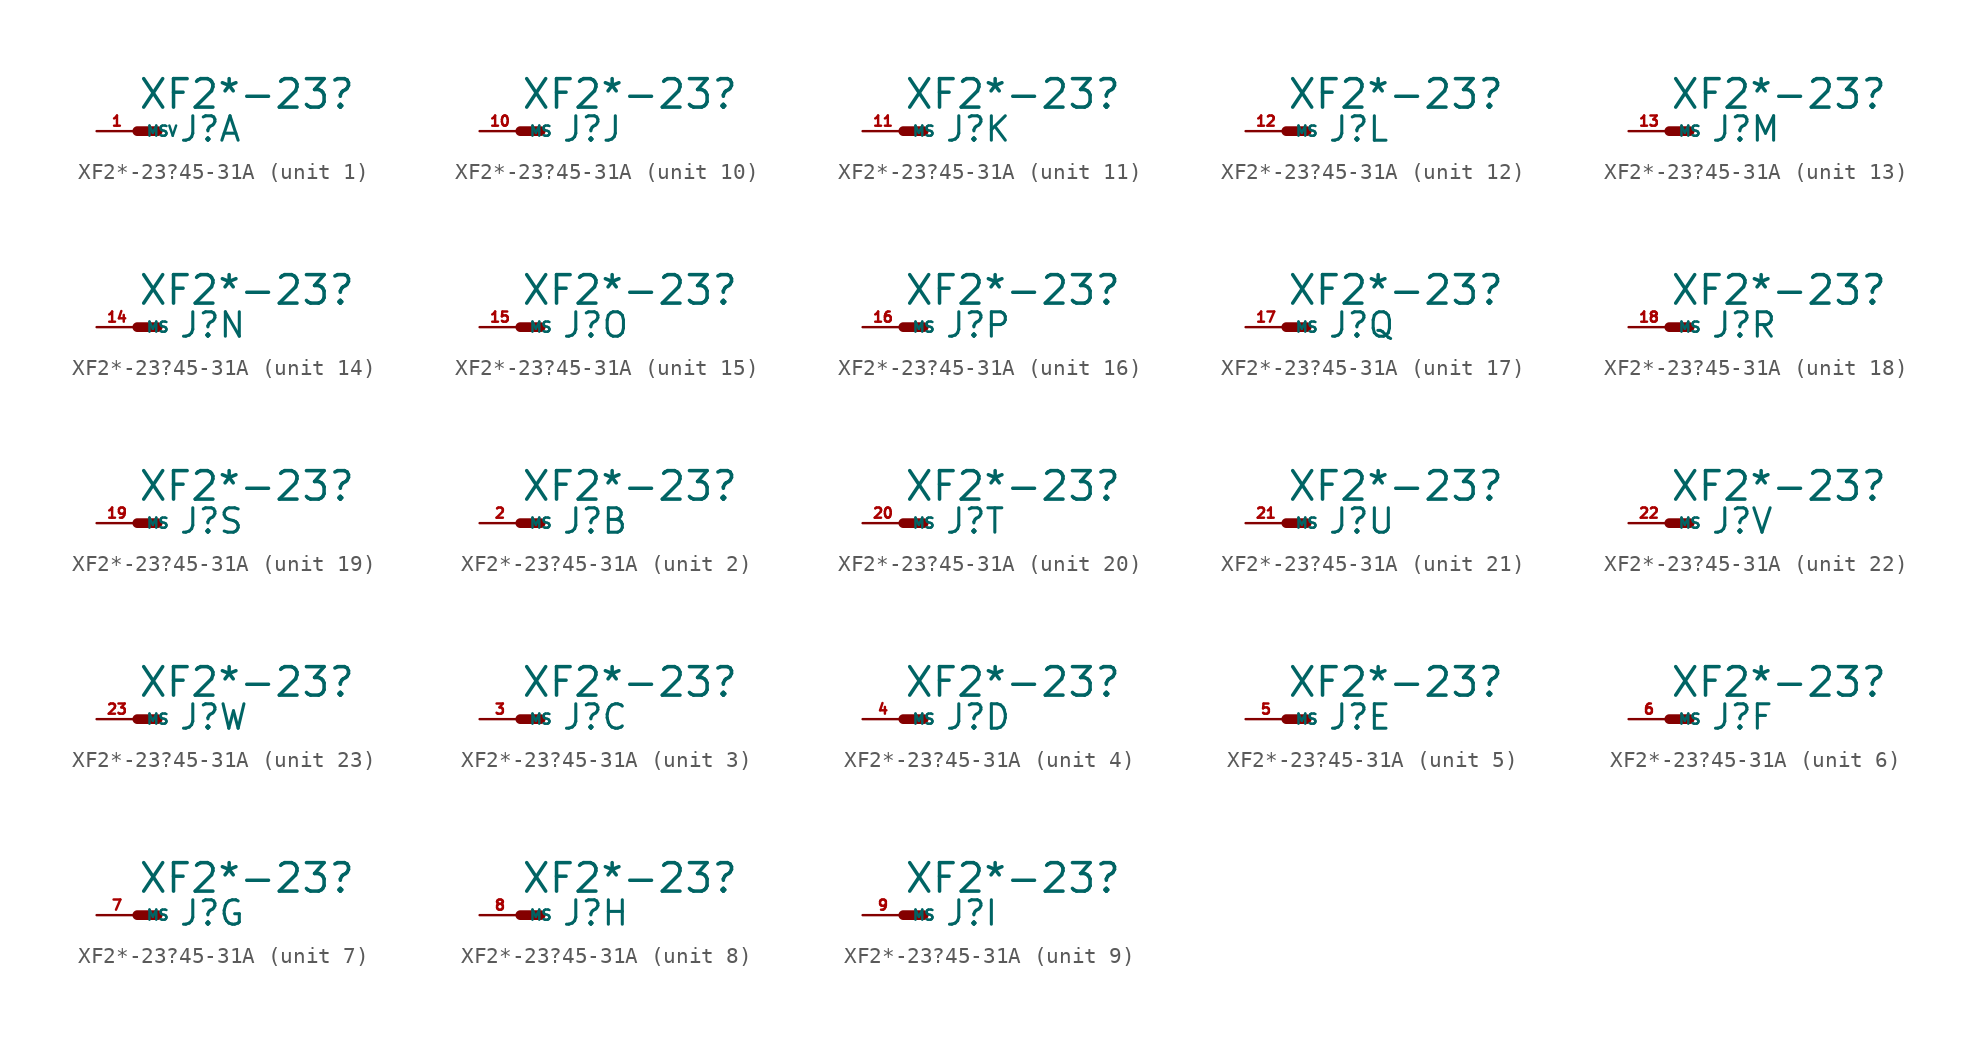
<source format=kicad_sym>
(kicad_symbol_lib
  (version 20220914)
  (generator Eagle2Kicad)
  (symbol "XF2*-23?45-31A"
    (property "Reference" "J"
      (at 2.54 -0.762 0)
      (effects (font (size 1.524 1.524) (thickness 0.19)) (justify left bottom)))
    (property "Value" "XF2*-23?"
      (at 0 1.27 0)
      (effects (font (size 1.778 1.778) (thickness 0.22)) (justify left bottom)))
    (symbol "XF2*-23?45-31A_1_0"
      (polyline (pts (xy 0 0) (xy 1.27 0)) (stroke (width 0.61) (type default)) (fill (type none)))
      (pin passive line (at -2.54 0 0) (length 2.54) (name "MSV" (effects (font (size 0.635 0.635) (thickness 0.08)) (justify left bottom))) (number "1" (effects (font (size 0.635 0.635) (thickness 0.08)) (justify left bottom)))))
    (symbol "XF2*-23?45-31A_2_0"
      (polyline (pts (xy 0 0) (xy 1.27 0)) (stroke (width 0.61) (type default)) (fill (type none)))
      (pin passive line (at -2.54 0 0) (length 2.54) (name "MS" (effects (font (size 0.635 0.635) (thickness 0.08)) (justify left bottom))) (number "2" (effects (font (size 0.635 0.635) (thickness 0.08)) (justify left bottom)))))
    (symbol "XF2*-23?45-31A_3_0"
      (polyline (pts (xy 0 0) (xy 1.27 0)) (stroke (width 0.61) (type default)) (fill (type none)))
      (pin passive line (at -2.54 0 0) (length 2.54) (name "MS" (effects (font (size 0.635 0.635) (thickness 0.08)) (justify left bottom))) (number "3" (effects (font (size 0.635 0.635) (thickness 0.08)) (justify left bottom)))))
    (symbol "XF2*-23?45-31A_4_0"
      (polyline (pts (xy 0 0) (xy 1.27 0)) (stroke (width 0.61) (type default)) (fill (type none)))
      (pin passive line (at -2.54 0 0) (length 2.54) (name "MS" (effects (font (size 0.635 0.635) (thickness 0.08)) (justify left bottom))) (number "4" (effects (font (size 0.635 0.635) (thickness 0.08)) (justify left bottom)))))
    (symbol "XF2*-23?45-31A_5_0"
      (polyline (pts (xy 0 0) (xy 1.27 0)) (stroke (width 0.61) (type default)) (fill (type none)))
      (pin passive line (at -2.54 0 0) (length 2.54) (name "MS" (effects (font (size 0.635 0.635) (thickness 0.08)) (justify left bottom))) (number "5" (effects (font (size 0.635 0.635) (thickness 0.08)) (justify left bottom)))))
    (symbol "XF2*-23?45-31A_6_0"
      (polyline (pts (xy 0 0) (xy 1.27 0)) (stroke (width 0.61) (type default)) (fill (type none)))
      (pin passive line (at -2.54 0 0) (length 2.54) (name "MS" (effects (font (size 0.635 0.635) (thickness 0.08)) (justify left bottom))) (number "6" (effects (font (size 0.635 0.635) (thickness 0.08)) (justify left bottom)))))
    (symbol "XF2*-23?45-31A_7_0"
      (polyline (pts (xy 0 0) (xy 1.27 0)) (stroke (width 0.61) (type default)) (fill (type none)))
      (pin passive line (at -2.54 0 0) (length 2.54) (name "MS" (effects (font (size 0.635 0.635) (thickness 0.08)) (justify left bottom))) (number "7" (effects (font (size 0.635 0.635) (thickness 0.08)) (justify left bottom)))))
    (symbol "XF2*-23?45-31A_8_0"
      (polyline (pts (xy 0 0) (xy 1.27 0)) (stroke (width 0.61) (type default)) (fill (type none)))
      (pin passive line (at -2.54 0 0) (length 2.54) (name "MS" (effects (font (size 0.635 0.635) (thickness 0.08)) (justify left bottom))) (number "8" (effects (font (size 0.635 0.635) (thickness 0.08)) (justify left bottom)))))
    (symbol "XF2*-23?45-31A_9_0"
      (polyline (pts (xy 0 0) (xy 1.27 0)) (stroke (width 0.61) (type default)) (fill (type none)))
      (pin passive line (at -2.54 0 0) (length 2.54) (name "MS" (effects (font (size 0.635 0.635) (thickness 0.08)) (justify left bottom))) (number "9" (effects (font (size 0.635 0.635) (thickness 0.08)) (justify left bottom)))))
    (symbol "XF2*-23?45-31A_10_0"
      (polyline (pts (xy 0 0) (xy 1.27 0)) (stroke (width 0.61) (type default)) (fill (type none)))
      (pin passive line (at -2.54 0 0) (length 2.54) (name "MS" (effects (font (size 0.635 0.635) (thickness 0.08)) (justify left bottom))) (number "10" (effects (font (size 0.635 0.635) (thickness 0.08)) (justify left bottom)))))
    (symbol "XF2*-23?45-31A_11_0"
      (polyline (pts (xy 0 0) (xy 1.27 0)) (stroke (width 0.61) (type default)) (fill (type none)))
      (pin passive line (at -2.54 0 0) (length 2.54) (name "MS" (effects (font (size 0.635 0.635) (thickness 0.08)) (justify left bottom))) (number "11" (effects (font (size 0.635 0.635) (thickness 0.08)) (justify left bottom)))))
    (symbol "XF2*-23?45-31A_12_0"
      (polyline (pts (xy 0 0) (xy 1.27 0)) (stroke (width 0.61) (type default)) (fill (type none)))
      (pin passive line (at -2.54 0 0) (length 2.54) (name "MS" (effects (font (size 0.635 0.635) (thickness 0.08)) (justify left bottom))) (number "12" (effects (font (size 0.635 0.635) (thickness 0.08)) (justify left bottom)))))
    (symbol "XF2*-23?45-31A_13_0"
      (polyline (pts (xy 0 0) (xy 1.27 0)) (stroke (width 0.61) (type default)) (fill (type none)))
      (pin passive line (at -2.54 0 0) (length 2.54) (name "MS" (effects (font (size 0.635 0.635) (thickness 0.08)) (justify left bottom))) (number "13" (effects (font (size 0.635 0.635) (thickness 0.08)) (justify left bottom)))))
    (symbol "XF2*-23?45-31A_14_0"
      (polyline (pts (xy 0 0) (xy 1.27 0)) (stroke (width 0.61) (type default)) (fill (type none)))
      (pin passive line (at -2.54 0 0) (length 2.54) (name "MS" (effects (font (size 0.635 0.635) (thickness 0.08)) (justify left bottom))) (number "14" (effects (font (size 0.635 0.635) (thickness 0.08)) (justify left bottom)))))
    (symbol "XF2*-23?45-31A_15_0"
      (polyline (pts (xy 0 0) (xy 1.27 0)) (stroke (width 0.61) (type default)) (fill (type none)))
      (pin passive line (at -2.54 0 0) (length 2.54) (name "MS" (effects (font (size 0.635 0.635) (thickness 0.08)) (justify left bottom))) (number "15" (effects (font (size 0.635 0.635) (thickness 0.08)) (justify left bottom)))))
    (symbol "XF2*-23?45-31A_16_0"
      (polyline (pts (xy 0 0) (xy 1.27 0)) (stroke (width 0.61) (type default)) (fill (type none)))
      (pin passive line (at -2.54 0 0) (length 2.54) (name "MS" (effects (font (size 0.635 0.635) (thickness 0.08)) (justify left bottom))) (number "16" (effects (font (size 0.635 0.635) (thickness 0.08)) (justify left bottom)))))
    (symbol "XF2*-23?45-31A_17_0"
      (polyline (pts (xy 0 0) (xy 1.27 0)) (stroke (width 0.61) (type default)) (fill (type none)))
      (pin passive line (at -2.54 0 0) (length 2.54) (name "MS" (effects (font (size 0.635 0.635) (thickness 0.08)) (justify left bottom))) (number "17" (effects (font (size 0.635 0.635) (thickness 0.08)) (justify left bottom)))))
    (symbol "XF2*-23?45-31A_18_0"
      (polyline (pts (xy 0 0) (xy 1.27 0)) (stroke (width 0.61) (type default)) (fill (type none)))
      (pin passive line (at -2.54 0 0) (length 2.54) (name "MS" (effects (font (size 0.635 0.635) (thickness 0.08)) (justify left bottom))) (number "18" (effects (font (size 0.635 0.635) (thickness 0.08)) (justify left bottom)))))
    (symbol "XF2*-23?45-31A_19_0"
      (polyline (pts (xy 0 0) (xy 1.27 0)) (stroke (width 0.61) (type default)) (fill (type none)))
      (pin passive line (at -2.54 0 0) (length 2.54) (name "MS" (effects (font (size 0.635 0.635) (thickness 0.08)) (justify left bottom))) (number "19" (effects (font (size 0.635 0.635) (thickness 0.08)) (justify left bottom)))))
    (symbol "XF2*-23?45-31A_20_0"
      (polyline (pts (xy 0 0) (xy 1.27 0)) (stroke (width 0.61) (type default)) (fill (type none)))
      (pin passive line (at -2.54 0 0) (length 2.54) (name "MS" (effects (font (size 0.635 0.635) (thickness 0.08)) (justify left bottom))) (number "20" (effects (font (size 0.635 0.635) (thickness 0.08)) (justify left bottom)))))
    (symbol "XF2*-23?45-31A_21_0"
      (polyline (pts (xy 0 0) (xy 1.27 0)) (stroke (width 0.61) (type default)) (fill (type none)))
      (pin passive line (at -2.54 0 0) (length 2.54) (name "MS" (effects (font (size 0.635 0.635) (thickness 0.08)) (justify left bottom))) (number "21" (effects (font (size 0.635 0.635) (thickness 0.08)) (justify left bottom)))))
    (symbol "XF2*-23?45-31A_22_0"
      (polyline (pts (xy 0 0) (xy 1.27 0)) (stroke (width 0.61) (type default)) (fill (type none)))
      (pin passive line (at -2.54 0 0) (length 2.54) (name "MS" (effects (font (size 0.635 0.635) (thickness 0.08)) (justify left bottom))) (number "22" (effects (font (size 0.635 0.635) (thickness 0.08)) (justify left bottom)))))
    (symbol "XF2*-23?45-31A_23_0"
      (polyline (pts (xy 0 0) (xy 1.27 0)) (stroke (width 0.61) (type default)) (fill (type none)))
      (pin passive line (at -2.54 0 0) (length 2.54) (name "MS" (effects (font (size 0.635 0.635) (thickness 0.08)) (justify left bottom))) (number "23" (effects (font (size 0.635 0.635) (thickness 0.08)) (justify left bottom)))))))
</source>
